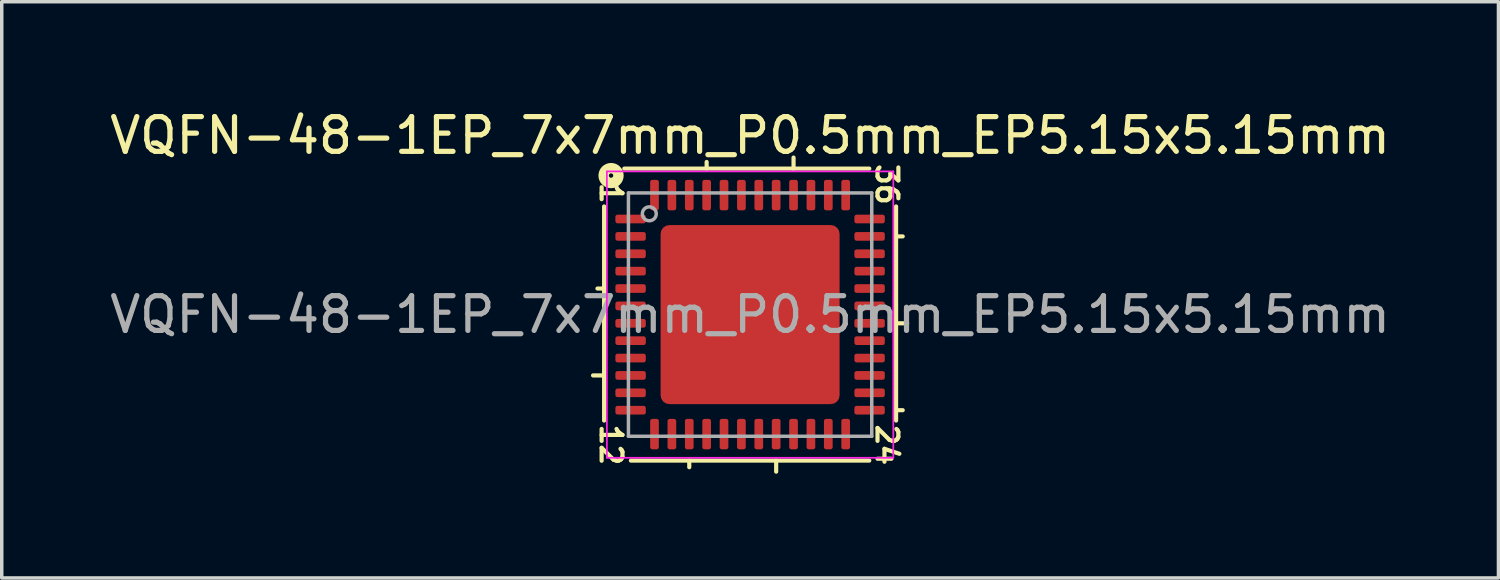
<source format=kicad_pcb>
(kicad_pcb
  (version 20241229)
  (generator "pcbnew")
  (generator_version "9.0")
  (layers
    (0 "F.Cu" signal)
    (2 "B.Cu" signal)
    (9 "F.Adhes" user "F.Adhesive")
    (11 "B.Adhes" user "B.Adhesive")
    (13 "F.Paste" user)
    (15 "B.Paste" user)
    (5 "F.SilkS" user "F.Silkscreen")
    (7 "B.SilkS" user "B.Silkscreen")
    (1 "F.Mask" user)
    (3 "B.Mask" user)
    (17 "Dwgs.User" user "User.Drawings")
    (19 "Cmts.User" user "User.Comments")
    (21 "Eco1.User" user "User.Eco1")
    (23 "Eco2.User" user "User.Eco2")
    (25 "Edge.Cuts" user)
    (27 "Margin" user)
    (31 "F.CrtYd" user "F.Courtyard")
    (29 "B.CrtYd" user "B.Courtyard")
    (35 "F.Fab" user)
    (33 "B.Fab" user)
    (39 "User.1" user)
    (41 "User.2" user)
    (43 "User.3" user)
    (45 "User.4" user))
  (footprint "VQFN-48-1EP_7x7mm_P0.5mm_EP5.15x5.15mm"
    (layer "F.Cu")
    (at 18.53 6.001)
    (property "Reference" "VQFN-48-1EP_7x7mm_P0.5mm_EP5.15x5.15mm" (at 0 -5.152 0) (layer "F.SilkS") (effects (font (size 1 1) (thickness 0.15))))
    (attr smd)
    (fp_line (start -4.2 -3.111) (end -4.2 3.048) (stroke (width 0.12) (type solid)) (layer "F.SilkS"))
    (fp_line (start -4.2 -0.75) (end -4.391 -0.75) (stroke (width 0.12) (type solid)) (layer "F.SilkS"))
    (fp_line (start -4.2 1.75) (end -4.518 1.75) (stroke (width 0.12) (type solid)) (layer "F.SilkS"))
    (fp_line (start -3.429 4.2) (end 3.429 4.2) (stroke (width 0.12) (type solid)) (layer "F.SilkS"))
    (fp_line (start -1.75 4.2) (end -1.75 4.391) (stroke (width 0.12) (type solid)) (layer "F.SilkS"))
    (fp_line (start -1.25 -4.2) (end -1.25 -4.391) (stroke (width 0.12) (type solid)) (layer "F.SilkS"))
    (fp_line (start 0.75 4.2) (end 0.75 4.518) (stroke (width 0.12) (type solid)) (layer "F.SilkS"))
    (fp_line (start 1.25 -4.2) (end 1.25 -4.518) (stroke (width 0.12) (type solid)) (layer "F.SilkS"))
    (fp_line (start 3.429 -4.2) (end -3.619 -4.2) (stroke (width 0.12) (type solid)) (layer "F.SilkS"))
    (fp_line (start 4.2 -2.25) (end 4.391 -2.25) (stroke (width 0.12) (type solid)) (layer "F.SilkS"))
    (fp_line (start 4.2 0.25) (end 4.518 0.25) (stroke (width 0.12) (type solid)) (layer "F.SilkS"))
    (fp_line (start 4.2 2.75) (end 4.391 2.75) (stroke (width 0.12) (type solid)) (layer "F.SilkS"))
    (fp_line (start 4.2 3.048) (end 4.2 -3.111) (stroke (width 0.12) (type solid)) (layer "F.SilkS"))
    (fp_circle (center -4 -4) (end -3.937 -4) (stroke (width 0.3) (type solid)) (fill no) (layer "F.SilkS"))
    (fp_line (start -4.12 -4.12) (end -4.12 4.12) (stroke (width 0.05) (type solid)) (layer "F.CrtYd"))
    (fp_line (start -4.12 4.12) (end 4.12 4.12) (stroke (width 0.05) (type solid)) (layer "F.CrtYd"))
    (fp_line (start 4.12 -4.12) (end -4.12 -4.12) (stroke (width 0.05) (type solid)) (layer "F.CrtYd"))
    (fp_line (start 4.12 4.12) (end 4.12 -4.12) (stroke (width 0.05) (type solid)) (layer "F.CrtYd"))
    (fp_line (start -3.5 -3.5) (end 3.5 -3.5) (stroke (width 0.1) (type solid)) (layer "F.Fab"))
    (fp_line (start -3.5 3.5) (end -3.5 -3.5) (stroke (width 0.1) (type solid)) (layer "F.Fab"))
    (fp_line (start 3.5 -3.5) (end 3.5 3.5) (stroke (width 0.1) (type solid)) (layer "F.Fab"))
    (fp_line (start 3.5 3.5) (end -3.5 3.5) (stroke (width 0.1) (type solid)) (layer "F.Fab"))
    (fp_circle (center -2.9 -2.9) (end -2.7 -2.9) (stroke (width 0.1) (type solid)) (fill no) (layer "F.Fab"))
    (fp_text user "1" (at -4 -3.493 270) (unlocked yes) (layer "F.SilkS") (effects (font (size 0.6 0.6) (thickness 0.12))))
    (fp_text user "12" (at -4 3.747 270) (unlocked yes) (layer "F.SilkS") (effects (font (size 0.6 0.6) (thickness 0.12))))
    (fp_text user "24" (at 3.937 3.747 270) (unlocked yes) (layer "F.SilkS") (effects (font (size 0.6 0.6) (thickness 0.12))))
    (fp_text user "36" (at 3.937 -3.747 270) (unlocked yes) (layer "F.SilkS") (effects (font (size 0.6 0.6) (thickness 0.12))))
    (fp_text user "${REFERENCE}" (at 0 0 0) (layer "F.Fab") (effects (font (size 1 1) (thickness 0.15))))
    (pad "" smd roundrect (at -1.29 -1.29) (size 2.08 2.08) (layers "F.Paste") (roundrect_rratio 0.12))
    (pad "" smd roundrect (at -1.29 1.29) (size 2.08 2.08) (layers "F.Paste") (roundrect_rratio 0.12))
    (pad "" smd roundrect (at 1.29 -1.29) (size 2.08 2.08) (layers "F.Paste") (roundrect_rratio 0.12))
    (pad "" smd roundrect (at 1.29 1.29) (size 2.08 2.08) (layers "F.Paste") (roundrect_rratio 0.12))
    (pad "1" smd roundrect (at -3.438 -2.75) (size 0.875 0.25) (layers "F.Cu" "F.Mask" "F.Paste") (roundrect_rratio 0.25))
    (pad "2" smd roundrect (at -3.438 -2.25) (size 0.875 0.25) (layers "F.Cu" "F.Mask" "F.Paste") (roundrect_rratio 0.25))
    (pad "3" smd roundrect (at -3.438 -1.75) (size 0.875 0.25) (layers "F.Cu" "F.Mask" "F.Paste") (roundrect_rratio 0.25))
    (pad "4" smd roundrect (at -3.438 -1.25) (size 0.875 0.25) (layers "F.Cu" "F.Mask" "F.Paste") (roundrect_rratio 0.25))
    (pad "5" smd roundrect (at -3.438 -0.75) (size 0.875 0.25) (layers "F.Cu" "F.Mask" "F.Paste") (roundrect_rratio 0.25))
    (pad "6" smd roundrect (at -3.438 -0.25) (size 0.875 0.25) (layers "F.Cu" "F.Mask" "F.Paste") (roundrect_rratio 0.25))
    (pad "7" smd roundrect (at -3.438 0.25) (size 0.875 0.25) (layers "F.Cu" "F.Mask" "F.Paste") (roundrect_rratio 0.25))
    (pad "8" smd roundrect (at -3.438 0.75) (size 0.875 0.25) (layers "F.Cu" "F.Mask" "F.Paste") (roundrect_rratio 0.25))
    (pad "9" smd roundrect (at -3.438 1.25) (size 0.875 0.25) (layers "F.Cu" "F.Mask" "F.Paste") (roundrect_rratio 0.25))
    (pad "10" smd roundrect (at -3.438 1.75) (size 0.875 0.25) (layers "F.Cu" "F.Mask" "F.Paste") (roundrect_rratio 0.25))
    (pad "11" smd roundrect (at -3.438 2.25) (size 0.875 0.25) (layers "F.Cu" "F.Mask" "F.Paste") (roundrect_rratio 0.25))
    (pad "12" smd roundrect (at -3.438 2.75) (size 0.875 0.25) (layers "F.Cu" "F.Mask" "F.Paste") (roundrect_rratio 0.25))
    (pad "13" smd roundrect (at -2.75 3.438) (size 0.25 0.875) (layers "F.Cu" "F.Mask" "F.Paste") (roundrect_rratio 0.25))
    (pad "14" smd roundrect (at -2.25 3.438) (size 0.25 0.875) (layers "F.Cu" "F.Mask" "F.Paste") (roundrect_rratio 0.25))
    (pad "15" smd roundrect (at -1.75 3.438) (size 0.25 0.875) (layers "F.Cu" "F.Mask" "F.Paste") (roundrect_rratio 0.25))
    (pad "16" smd roundrect (at -1.25 3.438) (size 0.25 0.875) (layers "F.Cu" "F.Mask" "F.Paste") (roundrect_rratio 0.25))
    (pad "17" smd roundrect (at -0.75 3.438) (size 0.25 0.875) (layers "F.Cu" "F.Mask" "F.Paste") (roundrect_rratio 0.25))
    (pad "18" smd roundrect (at -0.25 3.438) (size 0.25 0.875) (layers "F.Cu" "F.Mask" "F.Paste") (roundrect_rratio 0.25))
    (pad "19" smd roundrect (at 0.25 3.438) (size 0.25 0.875) (layers "F.Cu" "F.Mask" "F.Paste") (roundrect_rratio 0.25))
    (pad "20" smd roundrect (at 0.75 3.438) (size 0.25 0.875) (layers "F.Cu" "F.Mask" "F.Paste") (roundrect_rratio 0.25))
    (pad "21" smd roundrect (at 1.25 3.438) (size 0.25 0.875) (layers "F.Cu" "F.Mask" "F.Paste") (roundrect_rratio 0.25))
    (pad "22" smd roundrect (at 1.75 3.438) (size 0.25 0.875) (layers "F.Cu" "F.Mask" "F.Paste") (roundrect_rratio 0.25))
    (pad "23" smd roundrect (at 2.25 3.438) (size 0.25 0.875) (layers "F.Cu" "F.Mask" "F.Paste") (roundrect_rratio 0.25))
    (pad "24" smd roundrect (at 2.75 3.438) (size 0.25 0.875) (layers "F.Cu" "F.Mask" "F.Paste") (roundrect_rratio 0.25))
    (pad "25" smd roundrect (at 3.438 2.75) (size 0.875 0.25) (layers "F.Cu" "F.Mask" "F.Paste") (roundrect_rratio 0.25))
    (pad "26" smd roundrect (at 3.438 2.25) (size 0.875 0.25) (layers "F.Cu" "F.Mask" "F.Paste") (roundrect_rratio 0.25))
    (pad "27" smd roundrect (at 3.438 1.75) (size 0.875 0.25) (layers "F.Cu" "F.Mask" "F.Paste") (roundrect_rratio 0.25))
    (pad "28" smd roundrect (at 3.438 1.25) (size 0.875 0.25) (layers "F.Cu" "F.Mask" "F.Paste") (roundrect_rratio 0.25))
    (pad "29" smd roundrect (at 3.438 0.75) (size 0.875 0.25) (layers "F.Cu" "F.Mask" "F.Paste") (roundrect_rratio 0.25))
    (pad "30" smd roundrect (at 3.438 0.25) (size 0.875 0.25) (layers "F.Cu" "F.Mask" "F.Paste") (roundrect_rratio 0.25))
    (pad "31" smd roundrect (at 3.438 -0.25) (size 0.875 0.25) (layers "F.Cu" "F.Mask" "F.Paste") (roundrect_rratio 0.25))
    (pad "32" smd roundrect (at 3.438 -0.75) (size 0.875 0.25) (layers "F.Cu" "F.Mask" "F.Paste") (roundrect_rratio 0.25))
    (pad "33" smd roundrect (at 3.438 -1.25) (size 0.875 0.25) (layers "F.Cu" "F.Mask" "F.Paste") (roundrect_rratio 0.25))
    (pad "34" smd roundrect (at 3.438 -1.75) (size 0.875 0.25) (layers "F.Cu" "F.Mask" "F.Paste") (roundrect_rratio 0.25))
    (pad "35" smd roundrect (at 3.438 -2.25) (size 0.875 0.25) (layers "F.Cu" "F.Mask" "F.Paste") (roundrect_rratio 0.25))
    (pad "36" smd roundrect (at 3.438 -2.75) (size 0.875 0.25) (layers "F.Cu" "F.Mask" "F.Paste") (roundrect_rratio 0.25))
    (pad "37" smd roundrect (at 2.75 -3.438) (size 0.25 0.875) (layers "F.Cu" "F.Mask" "F.Paste") (roundrect_rratio 0.25))
    (pad "38" smd roundrect (at 2.25 -3.438) (size 0.25 0.875) (layers "F.Cu" "F.Mask" "F.Paste") (roundrect_rratio 0.25))
    (pad "39" smd roundrect (at 1.75 -3.438) (size 0.25 0.875) (layers "F.Cu" "F.Mask" "F.Paste") (roundrect_rratio 0.25))
    (pad "40" smd roundrect (at 1.25 -3.438) (size 0.25 0.875) (layers "F.Cu" "F.Mask" "F.Paste") (roundrect_rratio 0.25))
    (pad "41" smd roundrect (at 0.75 -3.438) (size 0.25 0.875) (layers "F.Cu" "F.Mask" "F.Paste") (roundrect_rratio 0.25))
    (pad "42" smd roundrect (at 0.25 -3.438) (size 0.25 0.875) (layers "F.Cu" "F.Mask" "F.Paste") (roundrect_rratio 0.25))
    (pad "43" smd roundrect (at -0.25 -3.438) (size 0.25 0.875) (layers "F.Cu" "F.Mask" "F.Paste") (roundrect_rratio 0.25))
    (pad "44" smd roundrect (at -0.75 -3.438) (size 0.25 0.875) (layers "F.Cu" "F.Mask" "F.Paste") (roundrect_rratio 0.25))
    (pad "45" smd roundrect (at -1.25 -3.438) (size 0.25 0.875) (layers "F.Cu" "F.Mask" "F.Paste") (roundrect_rratio 0.25))
    (pad "46" smd roundrect (at -1.75 -3.438) (size 0.25 0.875) (layers "F.Cu" "F.Mask" "F.Paste") (roundrect_rratio 0.25))
    (pad "47" smd roundrect (at -2.25 -3.438) (size 0.25 0.875) (layers "F.Cu" "F.Mask" "F.Paste") (roundrect_rratio 0.25))
    (pad "48" smd roundrect (at -2.75 -3.438) (size 0.25 0.875) (layers "F.Cu" "F.Mask" "F.Paste") (roundrect_rratio 0.25))
    (pad "49" smd roundrect (at 0 0) (size 5.15 5.15) (layers "F.Cu" "F.Mask") (roundrect_rratio 0.049)))
  (gr_rect
    (start -3 -3)
    (end 40.06 13.578)
    (stroke (width 0.1) (type default))
    (fill no)
    (layer "Edge.Cuts")))
</source>
